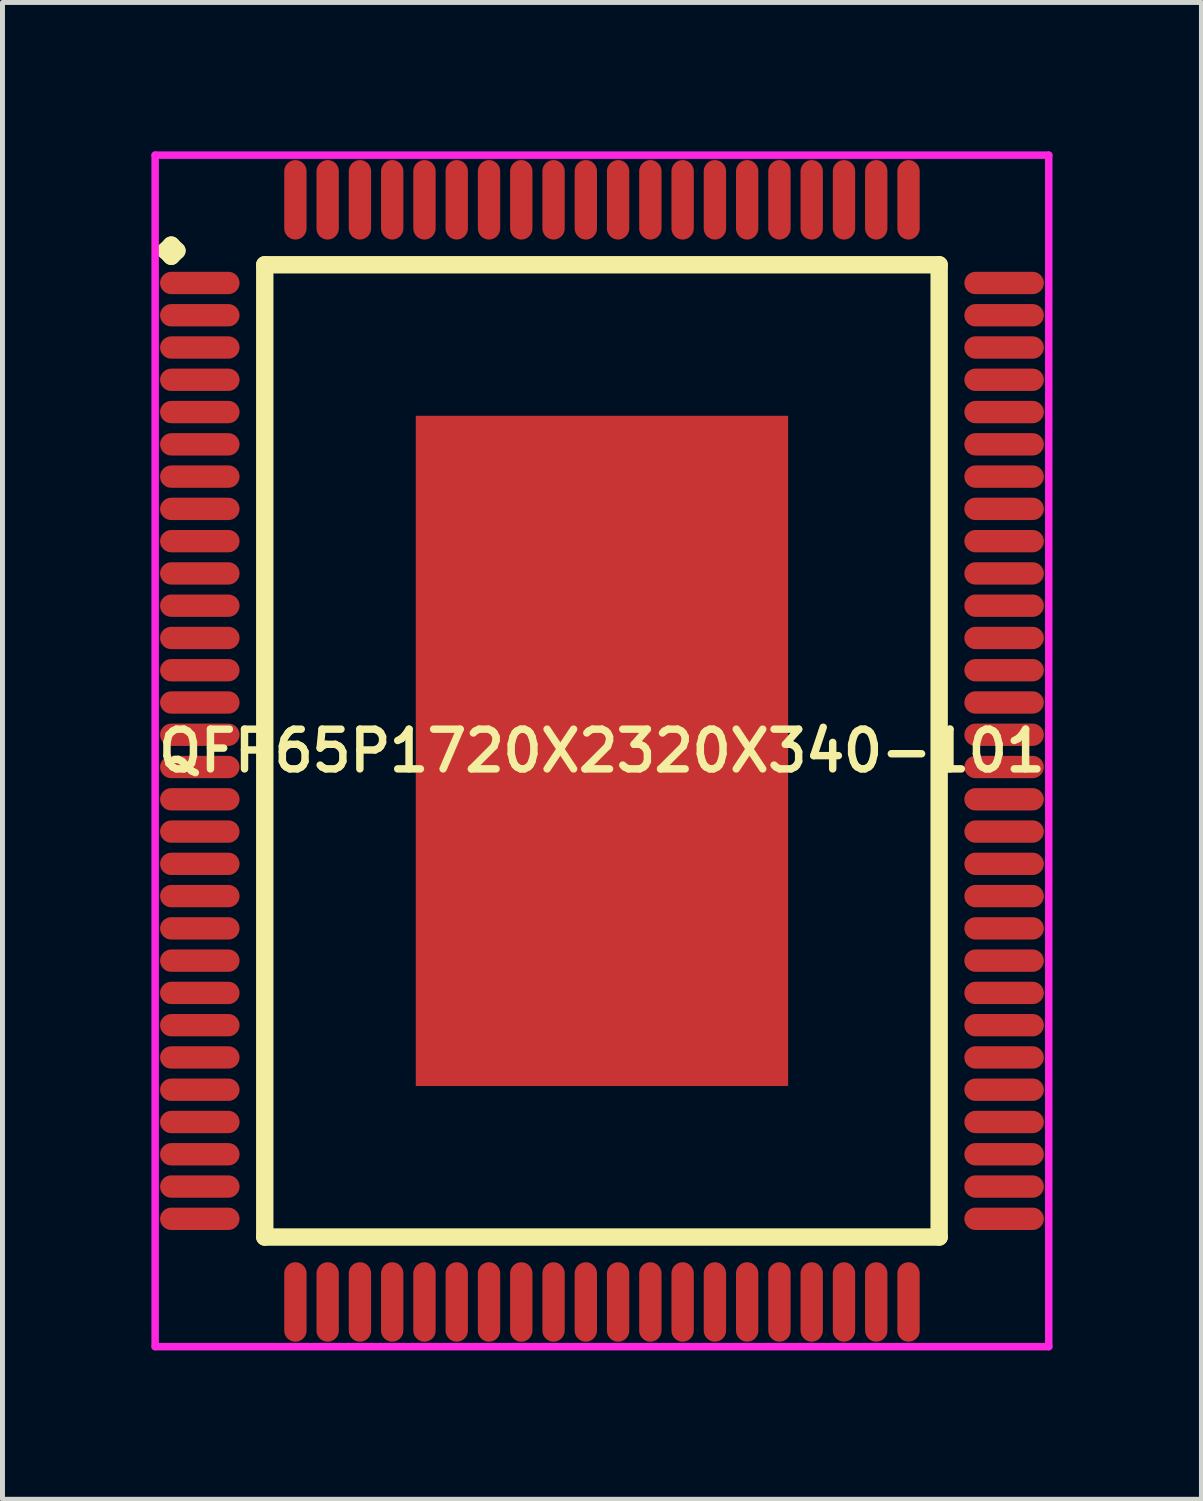
<source format=kicad_pcb>
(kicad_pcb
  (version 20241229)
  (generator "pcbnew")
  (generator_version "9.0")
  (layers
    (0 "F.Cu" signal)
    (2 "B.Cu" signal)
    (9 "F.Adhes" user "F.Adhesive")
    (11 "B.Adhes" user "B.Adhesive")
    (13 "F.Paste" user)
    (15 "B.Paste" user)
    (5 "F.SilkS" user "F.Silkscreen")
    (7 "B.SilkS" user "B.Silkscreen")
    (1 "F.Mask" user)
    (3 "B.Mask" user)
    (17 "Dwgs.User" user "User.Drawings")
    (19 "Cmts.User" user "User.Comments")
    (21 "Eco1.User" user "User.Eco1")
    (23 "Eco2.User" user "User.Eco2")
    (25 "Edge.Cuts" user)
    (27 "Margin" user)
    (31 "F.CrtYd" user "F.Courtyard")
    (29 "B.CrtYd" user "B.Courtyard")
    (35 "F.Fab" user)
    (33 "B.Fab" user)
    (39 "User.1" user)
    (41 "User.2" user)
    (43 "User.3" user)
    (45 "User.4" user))
  (footprint "QFP65P1720X2320X340-101"
    (layer "F.Cu")
    (at 9.075 12.075)
    (property "Reference" "QFP65P1720X2320X340-101" (at 0 0 0) (layer "F.SilkS") (effects (font (size 0.8 0.8) (thickness 0.15))))
    (attr smd)
    (fp_line (start -8.787 -10.075) (end -8.675 -10.188) (stroke (width 0.35) (type solid)) (layer "F.SilkS"))
    (fp_line (start -8.675 -10.188) (end -8.562 -10.075) (stroke (width 0.35) (type solid)) (layer "F.SilkS"))
    (fp_line (start -8.675 -9.963) (end -8.787 -10.075) (stroke (width 0.35) (type solid)) (layer "F.SilkS"))
    (fp_line (start -8.562 -10.075) (end -8.675 -9.963) (stroke (width 0.35) (type solid)) (layer "F.SilkS"))
    (fp_line (start -6.792 -9.792) (end -6.792 9.792) (stroke (width 0.35) (type solid)) (layer "F.SilkS"))
    (fp_line (start -6.792 9.792) (end 6.792 9.792) (stroke (width 0.35) (type solid)) (layer "F.SilkS"))
    (fp_line (start 6.792 -9.792) (end -6.792 -9.792) (stroke (width 0.35) (type solid)) (layer "F.SilkS"))
    (fp_line (start 6.792 9.792) (end 6.792 -9.792) (stroke (width 0.35) (type solid)) (layer "F.SilkS"))
    (fp_line (start -9 -12) (end 9 -12) (stroke (width 0.15) (type solid)) (layer "F.CrtYd"))
    (fp_line (start -9 12) (end -9 -12) (stroke (width 0.15) (type solid)) (layer "F.CrtYd"))
    (fp_line (start 9 -12) (end 9 12) (stroke (width 0.15) (type solid)) (layer "F.CrtYd"))
    (fp_line (start 9 12) (end -9 12) (stroke (width 0.15) (type solid)) (layer "F.CrtYd"))
    (pad "1" smd oval (at -8.1 -9.425) (size 1.6 0.45) (layers "F.Cu" "F.Mask" "F.Paste"))
    (pad "2" smd oval (at -8.1 -8.775) (size 1.6 0.45) (layers "F.Cu" "F.Mask" "F.Paste"))
    (pad "3" smd oval (at -8.1 -8.125) (size 1.6 0.45) (layers "F.Cu" "F.Mask" "F.Paste"))
    (pad "4" smd oval (at -8.1 -7.475) (size 1.6 0.45) (layers "F.Cu" "F.Mask" "F.Paste"))
    (pad "5" smd oval (at -8.1 -6.825) (size 1.6 0.45) (layers "F.Cu" "F.Mask" "F.Paste"))
    (pad "6" smd oval (at -8.1 -6.175) (size 1.6 0.45) (layers "F.Cu" "F.Mask" "F.Paste"))
    (pad "7" smd oval (at -8.1 -5.525) (size 1.6 0.45) (layers "F.Cu" "F.Mask" "F.Paste"))
    (pad "8" smd oval (at -8.1 -4.875) (size 1.6 0.45) (layers "F.Cu" "F.Mask" "F.Paste"))
    (pad "9" smd oval (at -8.1 -4.225) (size 1.6 0.45) (layers "F.Cu" "F.Mask" "F.Paste"))
    (pad "10" smd oval (at -8.1 -3.575) (size 1.6 0.45) (layers "F.Cu" "F.Mask" "F.Paste"))
    (pad "11" smd oval (at -8.1 -2.925) (size 1.6 0.45) (layers "F.Cu" "F.Mask" "F.Paste"))
    (pad "12" smd oval (at -8.1 -2.275) (size 1.6 0.45) (layers "F.Cu" "F.Mask" "F.Paste"))
    (pad "13" smd oval (at -8.1 -1.625) (size 1.6 0.45) (layers "F.Cu" "F.Mask" "F.Paste"))
    (pad "14" smd oval (at -8.1 -0.975) (size 1.6 0.45) (layers "F.Cu" "F.Mask" "F.Paste"))
    (pad "15" smd oval (at -8.1 -0.325) (size 1.6 0.45) (layers "F.Cu" "F.Mask" "F.Paste"))
    (pad "16" smd oval (at -8.1 0.325) (size 1.6 0.45) (layers "F.Cu" "F.Mask" "F.Paste"))
    (pad "17" smd oval (at -8.1 0.975) (size 1.6 0.45) (layers "F.Cu" "F.Mask" "F.Paste"))
    (pad "18" smd oval (at -8.1 1.625) (size 1.6 0.45) (layers "F.Cu" "F.Mask" "F.Paste"))
    (pad "19" smd oval (at -8.1 2.275) (size 1.6 0.45) (layers "F.Cu" "F.Mask" "F.Paste"))
    (pad "20" smd oval (at -8.1 2.925) (size 1.6 0.45) (layers "F.Cu" "F.Mask" "F.Paste"))
    (pad "21" smd oval (at -8.1 3.575) (size 1.6 0.45) (layers "F.Cu" "F.Mask" "F.Paste"))
    (pad "22" smd oval (at -8.1 4.225) (size 1.6 0.45) (layers "F.Cu" "F.Mask" "F.Paste"))
    (pad "23" smd oval (at -8.1 4.875) (size 1.6 0.45) (layers "F.Cu" "F.Mask" "F.Paste"))
    (pad "24" smd oval (at -8.1 5.525) (size 1.6 0.45) (layers "F.Cu" "F.Mask" "F.Paste"))
    (pad "25" smd oval (at -8.1 6.175) (size 1.6 0.45) (layers "F.Cu" "F.Mask" "F.Paste"))
    (pad "26" smd oval (at -8.1 6.825) (size 1.6 0.45) (layers "F.Cu" "F.Mask" "F.Paste"))
    (pad "27" smd oval (at -8.1 7.475) (size 1.6 0.45) (layers "F.Cu" "F.Mask" "F.Paste"))
    (pad "28" smd oval (at -8.1 8.125) (size 1.6 0.45) (layers "F.Cu" "F.Mask" "F.Paste"))
    (pad "29" smd oval (at -8.1 8.775) (size 1.6 0.45) (layers "F.Cu" "F.Mask" "F.Paste"))
    (pad "30" smd oval (at -8.1 9.425) (size 1.6 0.45) (layers "F.Cu" "F.Mask" "F.Paste"))
    (pad "31" smd oval (at -6.175 11.1) (size 0.45 1.6) (layers "F.Cu" "F.Mask" "F.Paste"))
    (pad "32" smd oval (at -5.525 11.1) (size 0.45 1.6) (layers "F.Cu" "F.Mask" "F.Paste"))
    (pad "33" smd oval (at -4.875 11.1) (size 0.45 1.6) (layers "F.Cu" "F.Mask" "F.Paste"))
    (pad "34" smd oval (at -4.225 11.1) (size 0.45 1.6) (layers "F.Cu" "F.Mask" "F.Paste"))
    (pad "35" smd oval (at -3.575 11.1) (size 0.45 1.6) (layers "F.Cu" "F.Mask" "F.Paste"))
    (pad "36" smd oval (at -2.925 11.1) (size 0.45 1.6) (layers "F.Cu" "F.Mask" "F.Paste"))
    (pad "37" smd oval (at -2.275 11.1) (size 0.45 1.6) (layers "F.Cu" "F.Mask" "F.Paste"))
    (pad "38" smd oval (at -1.625 11.1) (size 0.45 1.6) (layers "F.Cu" "F.Mask" "F.Paste"))
    (pad "39" smd oval (at -0.975 11.1) (size 0.45 1.6) (layers "F.Cu" "F.Mask" "F.Paste"))
    (pad "40" smd oval (at -0.325 11.1) (size 0.45 1.6) (layers "F.Cu" "F.Mask" "F.Paste"))
    (pad "41" smd oval (at 0.325 11.1) (size 0.45 1.6) (layers "F.Cu" "F.Mask" "F.Paste"))
    (pad "42" smd oval (at 0.975 11.1) (size 0.45 1.6) (layers "F.Cu" "F.Mask" "F.Paste"))
    (pad "43" smd oval (at 1.625 11.1) (size 0.45 1.6) (layers "F.Cu" "F.Mask" "F.Paste"))
    (pad "44" smd oval (at 2.275 11.1) (size 0.45 1.6) (layers "F.Cu" "F.Mask" "F.Paste"))
    (pad "45" smd oval (at 2.925 11.1) (size 0.45 1.6) (layers "F.Cu" "F.Mask" "F.Paste"))
    (pad "46" smd oval (at 3.575 11.1) (size 0.45 1.6) (layers "F.Cu" "F.Mask" "F.Paste"))
    (pad "47" smd oval (at 4.225 11.1) (size 0.45 1.6) (layers "F.Cu" "F.Mask" "F.Paste"))
    (pad "48" smd oval (at 4.875 11.1) (size 0.45 1.6) (layers "F.Cu" "F.Mask" "F.Paste"))
    (pad "49" smd oval (at 5.525 11.1) (size 0.45 1.6) (layers "F.Cu" "F.Mask" "F.Paste"))
    (pad "50" smd oval (at 6.175 11.1) (size 0.45 1.6) (layers "F.Cu" "F.Mask" "F.Paste"))
    (pad "51" smd oval (at 8.1 9.425) (size 1.6 0.45) (layers "F.Cu" "F.Mask" "F.Paste"))
    (pad "52" smd oval (at 8.1 8.775) (size 1.6 0.45) (layers "F.Cu" "F.Mask" "F.Paste"))
    (pad "53" smd oval (at 8.1 8.125) (size 1.6 0.45) (layers "F.Cu" "F.Mask" "F.Paste"))
    (pad "54" smd oval (at 8.1 7.475) (size 1.6 0.45) (layers "F.Cu" "F.Mask" "F.Paste"))
    (pad "55" smd oval (at 8.1 6.825) (size 1.6 0.45) (layers "F.Cu" "F.Mask" "F.Paste"))
    (pad "56" smd oval (at 8.1 6.175) (size 1.6 0.45) (layers "F.Cu" "F.Mask" "F.Paste"))
    (pad "57" smd oval (at 8.1 5.525) (size 1.6 0.45) (layers "F.Cu" "F.Mask" "F.Paste"))
    (pad "58" smd oval (at 8.1 4.875) (size 1.6 0.45) (layers "F.Cu" "F.Mask" "F.Paste"))
    (pad "59" smd oval (at 8.1 4.225) (size 1.6 0.45) (layers "F.Cu" "F.Mask" "F.Paste"))
    (pad "60" smd oval (at 8.1 3.575) (size 1.6 0.45) (layers "F.Cu" "F.Mask" "F.Paste"))
    (pad "61" smd oval (at 8.1 2.925) (size 1.6 0.45) (layers "F.Cu" "F.Mask" "F.Paste"))
    (pad "62" smd oval (at 8.1 2.275) (size 1.6 0.45) (layers "F.Cu" "F.Mask" "F.Paste"))
    (pad "63" smd oval (at 8.1 1.625) (size 1.6 0.45) (layers "F.Cu" "F.Mask" "F.Paste"))
    (pad "64" smd oval (at 8.1 0.975) (size 1.6 0.45) (layers "F.Cu" "F.Mask" "F.Paste"))
    (pad "65" smd oval (at 8.1 0.325) (size 1.6 0.45) (layers "F.Cu" "F.Mask" "F.Paste"))
    (pad "66" smd oval (at 8.1 -0.325) (size 1.6 0.45) (layers "F.Cu" "F.Mask" "F.Paste"))
    (pad "67" smd oval (at 8.1 -0.975) (size 1.6 0.45) (layers "F.Cu" "F.Mask" "F.Paste"))
    (pad "68" smd oval (at 8.1 -1.625) (size 1.6 0.45) (layers "F.Cu" "F.Mask" "F.Paste"))
    (pad "69" smd oval (at 8.1 -2.275) (size 1.6 0.45) (layers "F.Cu" "F.Mask" "F.Paste"))
    (pad "70" smd oval (at 8.1 -2.925) (size 1.6 0.45) (layers "F.Cu" "F.Mask" "F.Paste"))
    (pad "71" smd oval (at 8.1 -3.575) (size 1.6 0.45) (layers "F.Cu" "F.Mask" "F.Paste"))
    (pad "72" smd oval (at 8.1 -4.225) (size 1.6 0.45) (layers "F.Cu" "F.Mask" "F.Paste"))
    (pad "73" smd oval (at 8.1 -4.875) (size 1.6 0.45) (layers "F.Cu" "F.Mask" "F.Paste"))
    (pad "74" smd oval (at 8.1 -5.525) (size 1.6 0.45) (layers "F.Cu" "F.Mask" "F.Paste"))
    (pad "75" smd oval (at 8.1 -6.175) (size 1.6 0.45) (layers "F.Cu" "F.Mask" "F.Paste"))
    (pad "76" smd oval (at 8.1 -6.825) (size 1.6 0.45) (layers "F.Cu" "F.Mask" "F.Paste"))
    (pad "77" smd oval (at 8.1 -7.475) (size 1.6 0.45) (layers "F.Cu" "F.Mask" "F.Paste"))
    (pad "78" smd oval (at 8.1 -8.125) (size 1.6 0.45) (layers "F.Cu" "F.Mask" "F.Paste"))
    (pad "79" smd oval (at 8.1 -8.775) (size 1.6 0.45) (layers "F.Cu" "F.Mask" "F.Paste"))
    (pad "80" smd oval (at 8.1 -9.425) (size 1.6 0.45) (layers "F.Cu" "F.Mask" "F.Paste"))
    (pad "81" smd oval (at 6.175 -11.1) (size 0.45 1.6) (layers "F.Cu" "F.Mask" "F.Paste"))
    (pad "82" smd oval (at 5.525 -11.1) (size 0.45 1.6) (layers "F.Cu" "F.Mask" "F.Paste"))
    (pad "83" smd oval (at 4.875 -11.1) (size 0.45 1.6) (layers "F.Cu" "F.Mask" "F.Paste"))
    (pad "84" smd oval (at 4.225 -11.1) (size 0.45 1.6) (layers "F.Cu" "F.Mask" "F.Paste"))
    (pad "85" smd oval (at 3.575 -11.1) (size 0.45 1.6) (layers "F.Cu" "F.Mask" "F.Paste"))
    (pad "86" smd oval (at 2.925 -11.1) (size 0.45 1.6) (layers "F.Cu" "F.Mask" "F.Paste"))
    (pad "87" smd oval (at 2.275 -11.1) (size 0.45 1.6) (layers "F.Cu" "F.Mask" "F.Paste"))
    (pad "88" smd oval (at 1.625 -11.1) (size 0.45 1.6) (layers "F.Cu" "F.Mask" "F.Paste"))
    (pad "89" smd oval (at 0.975 -11.1) (size 0.45 1.6) (layers "F.Cu" "F.Mask" "F.Paste"))
    (pad "90" smd oval (at 0.325 -11.1) (size 0.45 1.6) (layers "F.Cu" "F.Mask" "F.Paste"))
    (pad "91" smd oval (at -0.325 -11.1) (size 0.45 1.6) (layers "F.Cu" "F.Mask" "F.Paste"))
    (pad "92" smd oval (at -0.975 -11.1) (size 0.45 1.6) (layers "F.Cu" "F.Mask" "F.Paste"))
    (pad "93" smd oval (at -1.625 -11.1) (size 0.45 1.6) (layers "F.Cu" "F.Mask" "F.Paste"))
    (pad "94" smd oval (at -2.275 -11.1) (size 0.45 1.6) (layers "F.Cu" "F.Mask" "F.Paste"))
    (pad "95" smd oval (at -2.925 -11.1) (size 0.45 1.6) (layers "F.Cu" "F.Mask" "F.Paste"))
    (pad "96" smd oval (at -3.575 -11.1) (size 0.45 1.6) (layers "F.Cu" "F.Mask" "F.Paste"))
    (pad "97" smd oval (at -4.225 -11.1) (size 0.45 1.6) (layers "F.Cu" "F.Mask" "F.Paste"))
    (pad "98" smd oval (at -4.875 -11.1) (size 0.45 1.6) (layers "F.Cu" "F.Mask" "F.Paste"))
    (pad "99" smd oval (at -5.525 -11.1) (size 0.45 1.6) (layers "F.Cu" "F.Mask" "F.Paste"))
    (pad "100" smd oval (at -6.175 -11.1) (size 0.45 1.6) (layers "F.Cu" "F.Mask" "F.Paste"))
    (pad "101" smd rect (at 0 0) (size 7.5 13.5) (layers "F.Cu" "F.Mask" "F.Paste")))
  (gr_rect
    (start -3 -3)
    (end 21.15 27.15)
    (stroke (width 0.1) (type default))
    (fill no)
    (layer "Edge.Cuts")))
</source>
